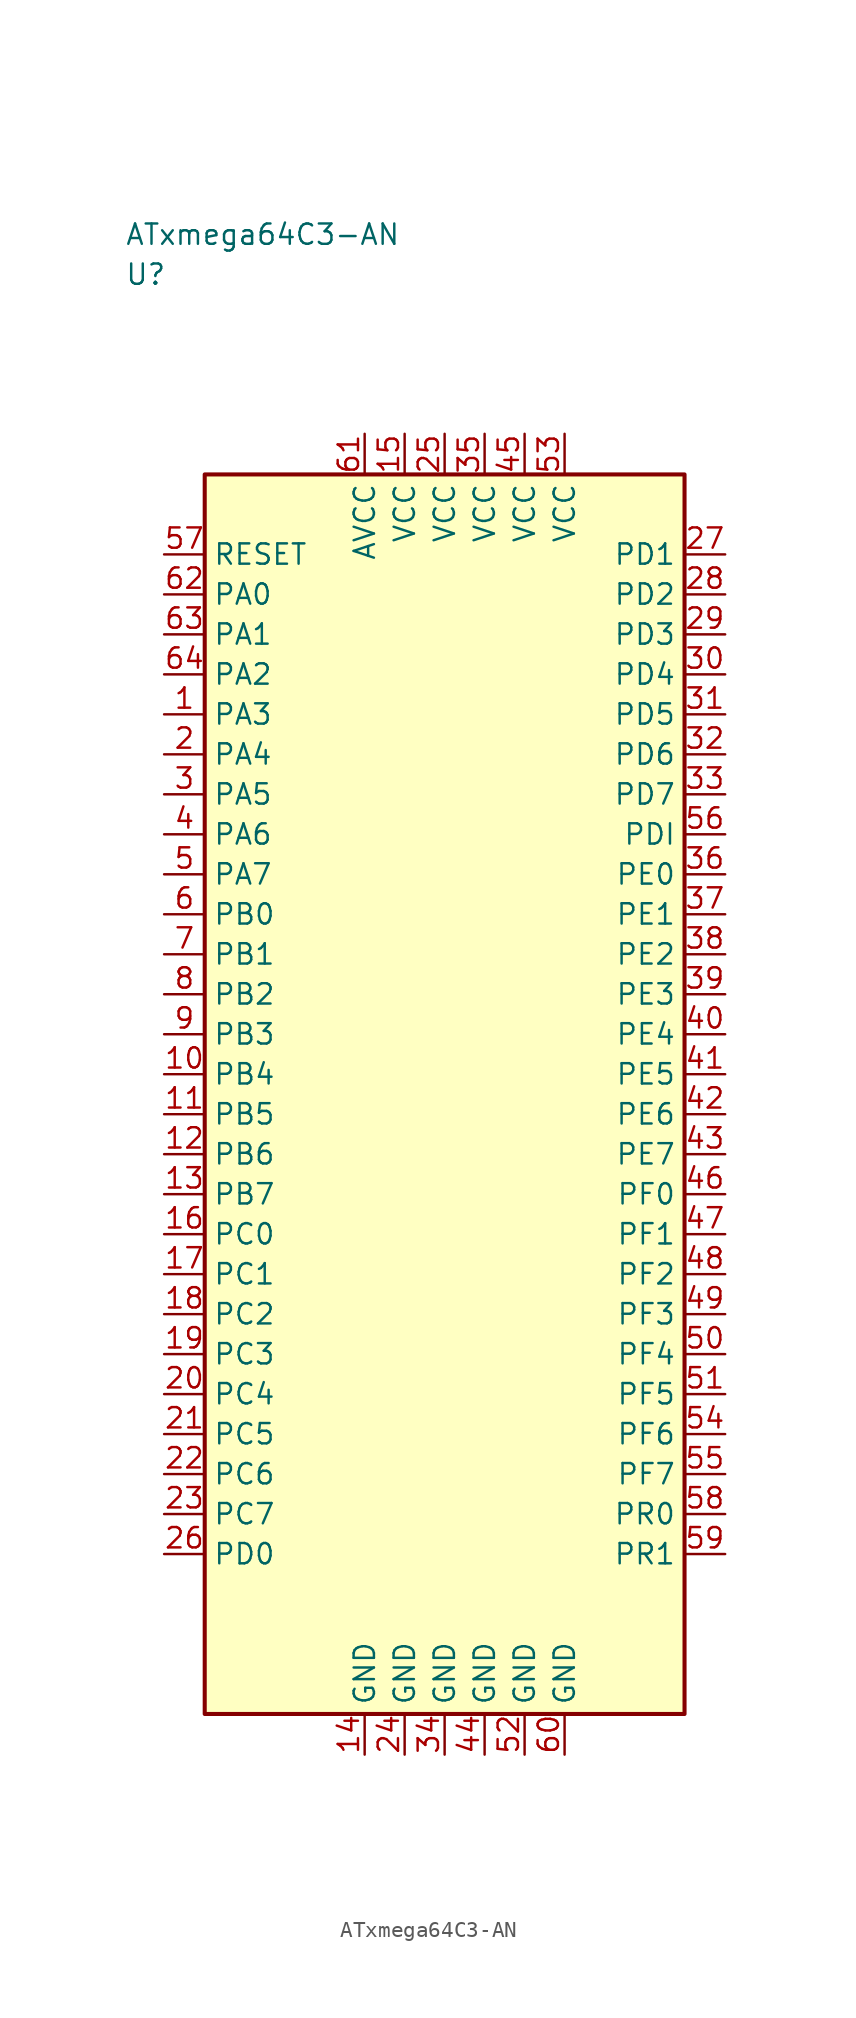
<source format=kicad_sym>
(kicad_symbol_lib
  (version 20241025)
  (generator "kicad_symbol_editor")
  (generator_version "8.0")
  (symbol "ATxmega64C3-AN"
    (property "Reference" "U"
      (at -20.0 51.25 0)
      (effects (font (size 1.27 1.27)) (justify left)))
    (property "Value" "ATxmega64C3-AN"
      (at -20.0 53.75 0)
      (effects (font (size 1.27 1.27)) (justify left)))
    (symbol "ATxmega64C3-AN_0_1"
      (rectangle (start -15.0 38.75) (end 15.0 -38.75) (stroke (width 0.254) (type default)) (fill (type background))))
    (symbol "ATxmega64C3-AN_1_1"
      (pin bidirectional line (at -17.54 23.75 0.0) (length 2.54) (name "PA3" (effects (font (size 1.27 1.27)))) (number "1" (effects (font (size 1.27 1.27)))))
      (pin bidirectional line (at -17.54 21.25 0.0) (length 2.54) (name "PA4" (effects (font (size 1.27 1.27)))) (number "2" (effects (font (size 1.27 1.27)))))
      (pin bidirectional line (at -17.54 18.75 0.0) (length 2.54) (name "PA5" (effects (font (size 1.27 1.27)))) (number "3" (effects (font (size 1.27 1.27)))))
      (pin bidirectional line (at -17.54 16.25 0.0) (length 2.54) (name "PA6" (effects (font (size 1.27 1.27)))) (number "4" (effects (font (size 1.27 1.27)))))
      (pin bidirectional line (at -17.54 13.75 0.0) (length 2.54) (name "PA7" (effects (font (size 1.27 1.27)))) (number "5" (effects (font (size 1.27 1.27)))))
      (pin bidirectional line (at -17.54 11.25 0.0) (length 2.54) (name "PB0" (effects (font (size 1.27 1.27)))) (number "6" (effects (font (size 1.27 1.27)))))
      (pin bidirectional line (at -17.54 8.75 0.0) (length 2.54) (name "PB1" (effects (font (size 1.27 1.27)))) (number "7" (effects (font (size 1.27 1.27)))))
      (pin bidirectional line (at -17.54 6.25 0.0) (length 2.54) (name "PB2" (effects (font (size 1.27 1.27)))) (number "8" (effects (font (size 1.27 1.27)))))
      (pin bidirectional line (at -17.54 3.75 0.0) (length 2.54) (name "PB3" (effects (font (size 1.27 1.27)))) (number "9" (effects (font (size 1.27 1.27)))))
      (pin bidirectional line (at -17.54 1.25 0.0) (length 2.54) (name "PB4" (effects (font (size 1.27 1.27)))) (number "10" (effects (font (size 1.27 1.27)))))
      (pin bidirectional line (at -17.54 -1.25 0.0) (length 2.54) (name "PB5" (effects (font (size 1.27 1.27)))) (number "11" (effects (font (size 1.27 1.27)))))
      (pin bidirectional line (at -17.54 -3.75 0.0) (length 2.54) (name "PB6" (effects (font (size 1.27 1.27)))) (number "12" (effects (font (size 1.27 1.27)))))
      (pin bidirectional line (at -17.54 -6.25 0.0) (length 2.54) (name "PB7" (effects (font (size 1.27 1.27)))) (number "13" (effects (font (size 1.27 1.27)))))
      (pin passive line (at -5.0 -41.29 90.0) (length 2.54) (name "GND" (effects (font (size 1.27 1.27)))) (number "14" (effects (font (size 1.27 1.27)))))
      (pin power_in line (at -2.5 41.29 270.0) (length 2.54) (name "VCC" (effects (font (size 1.27 1.27)))) (number "15" (effects (font (size 1.27 1.27)))))
      (pin bidirectional line (at -17.54 -8.75 0.0) (length 2.54) (name "PC0" (effects (font (size 1.27 1.27)))) (number "16" (effects (font (size 1.27 1.27)))))
      (pin bidirectional line (at -17.54 -11.25 0.0) (length 2.54) (name "PC1" (effects (font (size 1.27 1.27)))) (number "17" (effects (font (size 1.27 1.27)))))
      (pin bidirectional line (at -17.54 -13.75 0.0) (length 2.54) (name "PC2" (effects (font (size 1.27 1.27)))) (number "18" (effects (font (size 1.27 1.27)))))
      (pin bidirectional line (at -17.54 -16.25 0.0) (length 2.54) (name "PC3" (effects (font (size 1.27 1.27)))) (number "19" (effects (font (size 1.27 1.27)))))
      (pin bidirectional line (at -17.54 -18.75 0.0) (length 2.54) (name "PC4" (effects (font (size 1.27 1.27)))) (number "20" (effects (font (size 1.27 1.27)))))
      (pin bidirectional line (at -17.54 -21.25 0.0) (length 2.54) (name "PC5" (effects (font (size 1.27 1.27)))) (number "21" (effects (font (size 1.27 1.27)))))
      (pin bidirectional line (at -17.54 -23.75 0.0) (length 2.54) (name "PC6" (effects (font (size 1.27 1.27)))) (number "22" (effects (font (size 1.27 1.27)))))
      (pin bidirectional line (at -17.54 -26.25 0.0) (length 2.54) (name "PC7" (effects (font (size 1.27 1.27)))) (number "23" (effects (font (size 1.27 1.27)))))
      (pin passive line (at -2.5 -41.29 90.0) (length 2.54) (name "GND" (effects (font (size 1.27 1.27)))) (number "24" (effects (font (size 1.27 1.27)))))
      (pin power_in line (at 0.0 41.29 270.0) (length 2.54) (name "VCC" (effects (font (size 1.27 1.27)))) (number "25" (effects (font (size 1.27 1.27)))))
      (pin bidirectional line (at -17.54 -28.75 0.0) (length 2.54) (name "PD0" (effects (font (size 1.27 1.27)))) (number "26" (effects (font (size 1.27 1.27)))))
      (pin bidirectional line (at 17.54 33.75 180.0) (length 2.54) (name "PD1" (effects (font (size 1.27 1.27)))) (number "27" (effects (font (size 1.27 1.27)))))
      (pin bidirectional line (at 17.54 31.25 180.0) (length 2.54) (name "PD2" (effects (font (size 1.27 1.27)))) (number "28" (effects (font (size 1.27 1.27)))))
      (pin bidirectional line (at 17.54 28.75 180.0) (length 2.54) (name "PD3" (effects (font (size 1.27 1.27)))) (number "29" (effects (font (size 1.27 1.27)))))
      (pin bidirectional line (at 17.54 26.25 180.0) (length 2.54) (name "PD4" (effects (font (size 1.27 1.27)))) (number "30" (effects (font (size 1.27 1.27)))))
      (pin bidirectional line (at 17.54 23.75 180.0) (length 2.54) (name "PD5" (effects (font (size 1.27 1.27)))) (number "31" (effects (font (size 1.27 1.27)))))
      (pin bidirectional line (at 17.54 21.25 180.0) (length 2.54) (name "PD6" (effects (font (size 1.27 1.27)))) (number "32" (effects (font (size 1.27 1.27)))))
      (pin bidirectional line (at 17.54 18.75 180.0) (length 2.54) (name "PD7" (effects (font (size 1.27 1.27)))) (number "33" (effects (font (size 1.27 1.27)))))
      (pin passive line (at 0.0 -41.29 90.0) (length 2.54) (name "GND" (effects (font (size 1.27 1.27)))) (number "34" (effects (font (size 1.27 1.27)))))
      (pin power_in line (at 2.5 41.29 270.0) (length 2.54) (name "VCC" (effects (font (size 1.27 1.27)))) (number "35" (effects (font (size 1.27 1.27)))))
      (pin bidirectional line (at 17.54 13.75 180.0) (length 2.54) (name "PE0" (effects (font (size 1.27 1.27)))) (number "36" (effects (font (size 1.27 1.27)))))
      (pin bidirectional line (at 17.54 11.25 180.0) (length 2.54) (name "PE1" (effects (font (size 1.27 1.27)))) (number "37" (effects (font (size 1.27 1.27)))))
      (pin bidirectional line (at 17.54 8.75 180.0) (length 2.54) (name "PE2" (effects (font (size 1.27 1.27)))) (number "38" (effects (font (size 1.27 1.27)))))
      (pin bidirectional line (at 17.54 6.25 180.0) (length 2.54) (name "PE3" (effects (font (size 1.27 1.27)))) (number "39" (effects (font (size 1.27 1.27)))))
      (pin bidirectional line (at 17.54 3.75 180.0) (length 2.54) (name "PE4" (effects (font (size 1.27 1.27)))) (number "40" (effects (font (size 1.27 1.27)))))
      (pin bidirectional line (at 17.54 1.25 180.0) (length 2.54) (name "PE5" (effects (font (size 1.27 1.27)))) (number "41" (effects (font (size 1.27 1.27)))))
      (pin bidirectional line (at 17.54 -1.25 180.0) (length 2.54) (name "PE6" (effects (font (size 1.27 1.27)))) (number "42" (effects (font (size 1.27 1.27)))))
      (pin bidirectional line (at 17.54 -3.75 180.0) (length 2.54) (name "PE7" (effects (font (size 1.27 1.27)))) (number "43" (effects (font (size 1.27 1.27)))))
      (pin passive line (at 2.5 -41.29 90.0) (length 2.54) (name "GND" (effects (font (size 1.27 1.27)))) (number "44" (effects (font (size 1.27 1.27)))))
      (pin power_in line (at 5.0 41.29 270.0) (length 2.54) (name "VCC" (effects (font (size 1.27 1.27)))) (number "45" (effects (font (size 1.27 1.27)))))
      (pin bidirectional line (at 17.54 -6.25 180.0) (length 2.54) (name "PF0" (effects (font (size 1.27 1.27)))) (number "46" (effects (font (size 1.27 1.27)))))
      (pin bidirectional line (at 17.54 -8.75 180.0) (length 2.54) (name "PF1" (effects (font (size 1.27 1.27)))) (number "47" (effects (font (size 1.27 1.27)))))
      (pin bidirectional line (at 17.54 -11.25 180.0) (length 2.54) (name "PF2" (effects (font (size 1.27 1.27)))) (number "48" (effects (font (size 1.27 1.27)))))
      (pin bidirectional line (at 17.54 -13.75 180.0) (length 2.54) (name "PF3" (effects (font (size 1.27 1.27)))) (number "49" (effects (font (size 1.27 1.27)))))
      (pin bidirectional line (at 17.54 -16.25 180.0) (length 2.54) (name "PF4" (effects (font (size 1.27 1.27)))) (number "50" (effects (font (size 1.27 1.27)))))
      (pin bidirectional line (at 17.54 -18.75 180.0) (length 2.54) (name "PF5" (effects (font (size 1.27 1.27)))) (number "51" (effects (font (size 1.27 1.27)))))
      (pin passive line (at 5.0 -41.29 90.0) (length 2.54) (name "GND" (effects (font (size 1.27 1.27)))) (number "52" (effects (font (size 1.27 1.27)))))
      (pin power_in line (at 7.5 41.29 270.0) (length 2.54) (name "VCC" (effects (font (size 1.27 1.27)))) (number "53" (effects (font (size 1.27 1.27)))))
      (pin bidirectional line (at 17.54 -21.25 180.0) (length 2.54) (name "PF6" (effects (font (size 1.27 1.27)))) (number "54" (effects (font (size 1.27 1.27)))))
      (pin bidirectional line (at 17.54 -23.75 180.0) (length 2.54) (name "PF7" (effects (font (size 1.27 1.27)))) (number "55" (effects (font (size 1.27 1.27)))))
      (pin bidirectional line (at 17.54 16.25 180.0) (length 2.54) (name "PDI" (effects (font (size 1.27 1.27)))) (number "56" (effects (font (size 1.27 1.27)))))
      (pin input line (at -17.54 33.75 0.0) (length 2.54) (name "RESET" (effects (font (size 1.27 1.27)))) (number "57" (effects (font (size 1.27 1.27)))))
      (pin bidirectional line (at 17.54 -26.25 180.0) (length 2.54) (name "PR0" (effects (font (size 1.27 1.27)))) (number "58" (effects (font (size 1.27 1.27)))))
      (pin bidirectional line (at 17.54 -28.75 180.0) (length 2.54) (name "PR1" (effects (font (size 1.27 1.27)))) (number "59" (effects (font (size 1.27 1.27)))))
      (pin passive line (at 7.5 -41.29 90.0) (length 2.54) (name "GND" (effects (font (size 1.27 1.27)))) (number "60" (effects (font (size 1.27 1.27)))))
      (pin power_in line (at -5.0 41.29 270.0) (length 2.54) (name "AVCC" (effects (font (size 1.27 1.27)))) (number "61" (effects (font (size 1.27 1.27)))))
      (pin bidirectional line (at -17.54 31.25 0.0) (length 2.54) (name "PA0" (effects (font (size 1.27 1.27)))) (number "62" (effects (font (size 1.27 1.27)))))
      (pin bidirectional line (at -17.54 28.75 0.0) (length 2.54) (name "PA1" (effects (font (size 1.27 1.27)))) (number "63" (effects (font (size 1.27 1.27)))))
      (pin bidirectional line (at -17.54 26.25 0.0) (length 2.54) (name "PA2" (effects (font (size 1.27 1.27)))) (number "64" (effects (font (size 1.27 1.27))))))))
</source>
